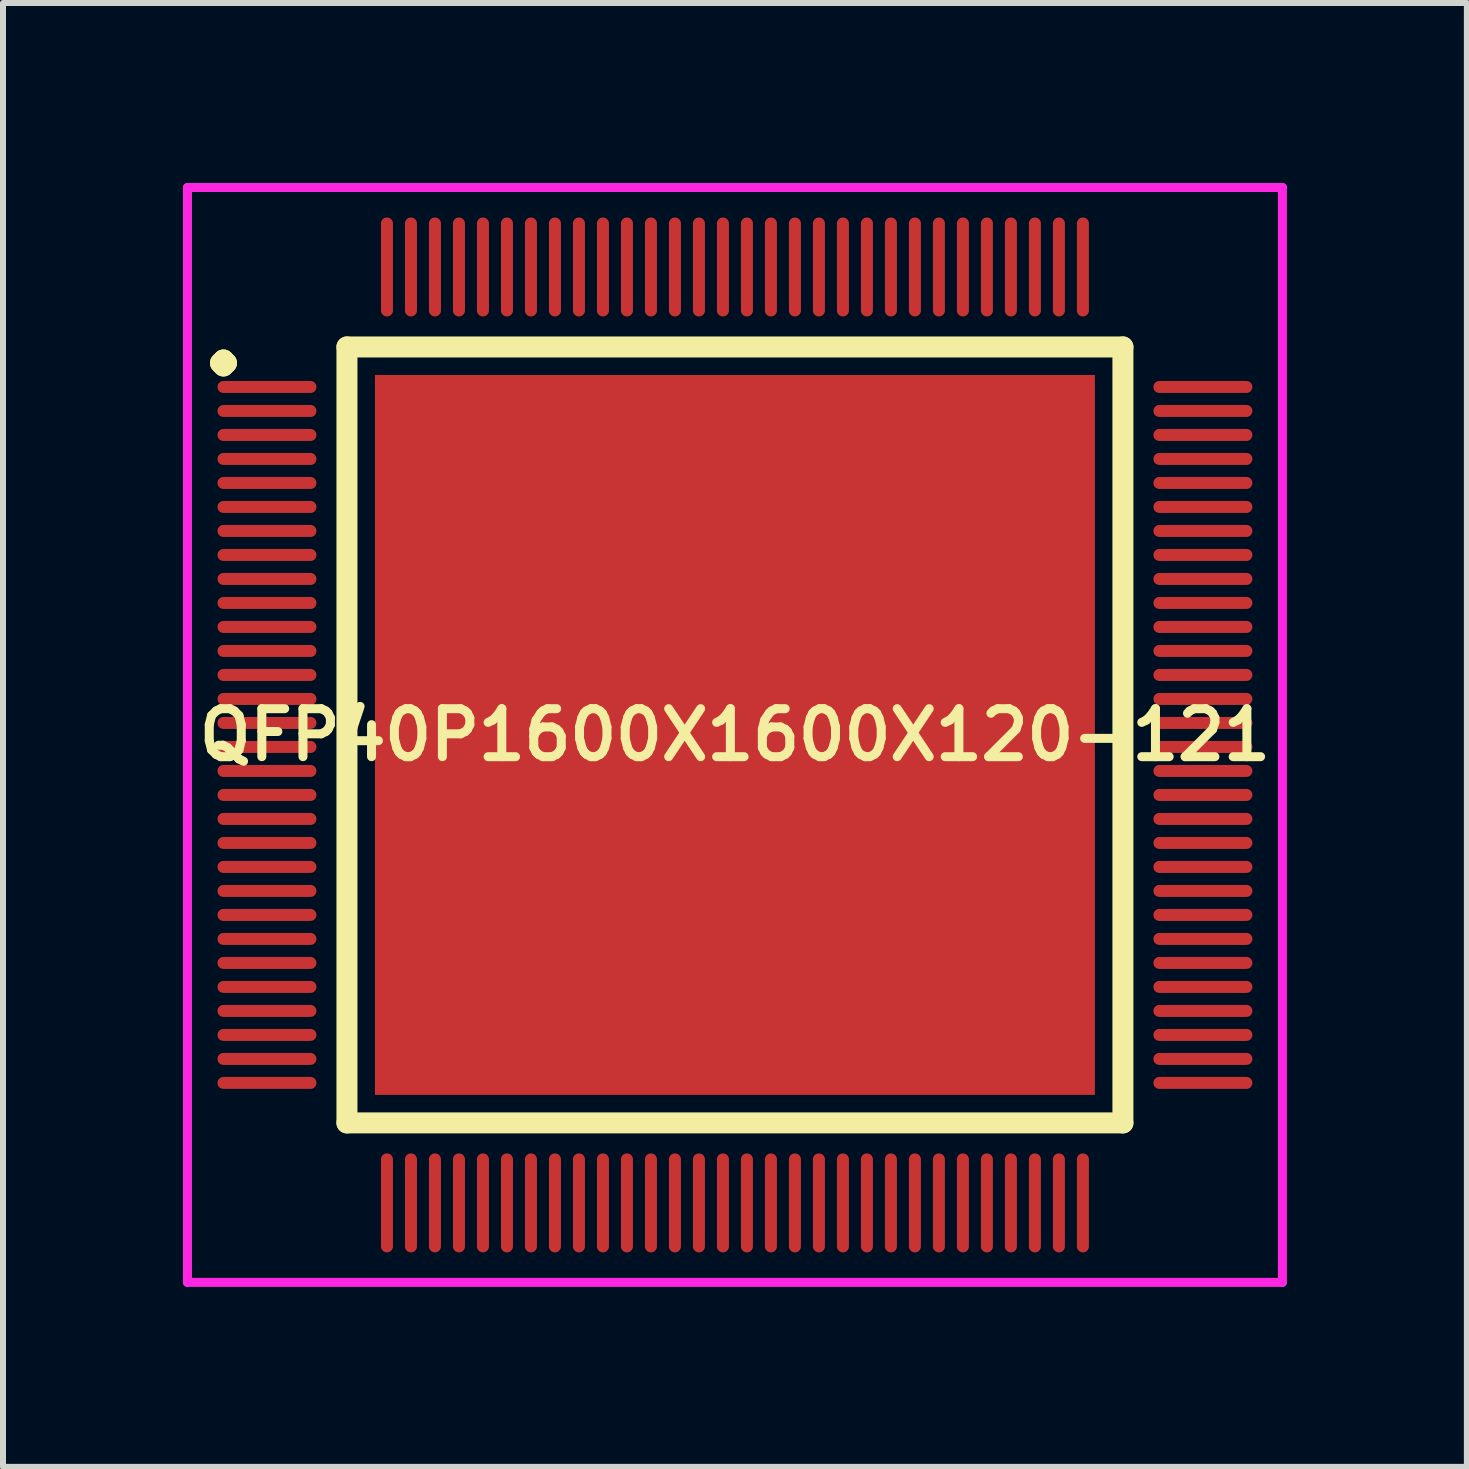
<source format=kicad_pcb>
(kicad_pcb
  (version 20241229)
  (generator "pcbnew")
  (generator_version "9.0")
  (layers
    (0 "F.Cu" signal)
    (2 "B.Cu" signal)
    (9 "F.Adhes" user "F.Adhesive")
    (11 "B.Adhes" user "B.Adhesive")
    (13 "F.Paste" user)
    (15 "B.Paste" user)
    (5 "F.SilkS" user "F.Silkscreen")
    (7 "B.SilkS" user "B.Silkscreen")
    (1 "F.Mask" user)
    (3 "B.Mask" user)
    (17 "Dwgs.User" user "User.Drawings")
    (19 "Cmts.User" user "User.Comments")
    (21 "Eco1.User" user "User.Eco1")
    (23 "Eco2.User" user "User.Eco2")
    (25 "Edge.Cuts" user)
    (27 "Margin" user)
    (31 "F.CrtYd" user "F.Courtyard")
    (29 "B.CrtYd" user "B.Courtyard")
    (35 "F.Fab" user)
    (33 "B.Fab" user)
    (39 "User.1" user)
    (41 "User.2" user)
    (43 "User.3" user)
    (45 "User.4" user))
  (footprint "QFP40P1600X1600X120-121"
    (layer "F.Cu")
    (at 9.2 9.2)
    (property "Reference" "QFP40P1600X1600X120-121" (at 0 0 0) (layer "F.SilkS") (effects (font (size 0.8 0.8) (thickness 0.15))))
    (attr smd)
    (fp_line (start -8.575 -6.2) (end -8.525 -6.25) (stroke (width 0.35) (type solid)) (layer "F.SilkS"))
    (fp_line (start -8.525 -6.25) (end -8.475 -6.2) (stroke (width 0.35) (type solid)) (layer "F.SilkS"))
    (fp_line (start -8.525 -6.15) (end -8.575 -6.2) (stroke (width 0.35) (type solid)) (layer "F.SilkS"))
    (fp_line (start -8.475 -6.2) (end -8.525 -6.15) (stroke (width 0.35) (type solid)) (layer "F.SilkS"))
    (fp_line (start -6.467 -6.467) (end -6.467 6.467) (stroke (width 0.35) (type solid)) (layer "F.SilkS"))
    (fp_line (start -6.467 6.467) (end 6.467 6.467) (stroke (width 0.35) (type solid)) (layer "F.SilkS"))
    (fp_line (start 6.467 -6.467) (end -6.467 -6.467) (stroke (width 0.35) (type solid)) (layer "F.SilkS"))
    (fp_line (start 6.467 6.467) (end 6.467 -6.467) (stroke (width 0.35) (type solid)) (layer "F.SilkS"))
    (fp_line (start -9.125 -9.125) (end 9.125 -9.125) (stroke (width 0.15) (type solid)) (layer "F.CrtYd"))
    (fp_line (start -9.125 9.125) (end -9.125 -9.125) (stroke (width 0.15) (type solid)) (layer "F.CrtYd"))
    (fp_line (start 9.125 -9.125) (end 9.125 9.125) (stroke (width 0.15) (type solid)) (layer "F.CrtYd"))
    (fp_line (start 9.125 9.125) (end -9.125 9.125) (stroke (width 0.15) (type solid)) (layer "F.CrtYd"))
    (pad "1" smd oval (at -7.8 -5.8) (size 1.65 0.2) (layers "F.Cu" "F.Mask" "F.Paste"))
    (pad "2" smd oval (at -7.8 -5.4) (size 1.65 0.2) (layers "F.Cu" "F.Mask" "F.Paste"))
    (pad "3" smd oval (at -7.8 -5) (size 1.65 0.2) (layers "F.Cu" "F.Mask" "F.Paste"))
    (pad "4" smd oval (at -7.8 -4.6) (size 1.65 0.2) (layers "F.Cu" "F.Mask" "F.Paste"))
    (pad "5" smd oval (at -7.8 -4.2) (size 1.65 0.2) (layers "F.Cu" "F.Mask" "F.Paste"))
    (pad "6" smd oval (at -7.8 -3.8) (size 1.65 0.2) (layers "F.Cu" "F.Mask" "F.Paste"))
    (pad "7" smd oval (at -7.8 -3.4) (size 1.65 0.2) (layers "F.Cu" "F.Mask" "F.Paste"))
    (pad "8" smd oval (at -7.8 -3) (size 1.65 0.2) (layers "F.Cu" "F.Mask" "F.Paste"))
    (pad "9" smd oval (at -7.8 -2.6) (size 1.65 0.2) (layers "F.Cu" "F.Mask" "F.Paste"))
    (pad "10" smd oval (at -7.8 -2.2) (size 1.65 0.2) (layers "F.Cu" "F.Mask" "F.Paste"))
    (pad "11" smd oval (at -7.8 -1.8) (size 1.65 0.2) (layers "F.Cu" "F.Mask" "F.Paste"))
    (pad "12" smd oval (at -7.8 -1.4) (size 1.65 0.2) (layers "F.Cu" "F.Mask" "F.Paste"))
    (pad "13" smd oval (at -7.8 -1) (size 1.65 0.2) (layers "F.Cu" "F.Mask" "F.Paste"))
    (pad "14" smd oval (at -7.8 -0.6) (size 1.65 0.2) (layers "F.Cu" "F.Mask" "F.Paste"))
    (pad "15" smd oval (at -7.8 -0.2) (size 1.65 0.2) (layers "F.Cu" "F.Mask" "F.Paste"))
    (pad "16" smd oval (at -7.8 0.2) (size 1.65 0.2) (layers "F.Cu" "F.Mask" "F.Paste"))
    (pad "17" smd oval (at -7.8 0.6) (size 1.65 0.2) (layers "F.Cu" "F.Mask" "F.Paste"))
    (pad "18" smd oval (at -7.8 1) (size 1.65 0.2) (layers "F.Cu" "F.Mask" "F.Paste"))
    (pad "19" smd oval (at -7.8 1.4) (size 1.65 0.2) (layers "F.Cu" "F.Mask" "F.Paste"))
    (pad "20" smd oval (at -7.8 1.8) (size 1.65 0.2) (layers "F.Cu" "F.Mask" "F.Paste"))
    (pad "21" smd oval (at -7.8 2.2) (size 1.65 0.2) (layers "F.Cu" "F.Mask" "F.Paste"))
    (pad "22" smd oval (at -7.8 2.6) (size 1.65 0.2) (layers "F.Cu" "F.Mask" "F.Paste"))
    (pad "23" smd oval (at -7.8 3) (size 1.65 0.2) (layers "F.Cu" "F.Mask" "F.Paste"))
    (pad "24" smd oval (at -7.8 3.4) (size 1.65 0.2) (layers "F.Cu" "F.Mask" "F.Paste"))
    (pad "25" smd oval (at -7.8 3.8) (size 1.65 0.2) (layers "F.Cu" "F.Mask" "F.Paste"))
    (pad "26" smd oval (at -7.8 4.2) (size 1.65 0.2) (layers "F.Cu" "F.Mask" "F.Paste"))
    (pad "27" smd oval (at -7.8 4.6) (size 1.65 0.2) (layers "F.Cu" "F.Mask" "F.Paste"))
    (pad "28" smd oval (at -7.8 5) (size 1.65 0.2) (layers "F.Cu" "F.Mask" "F.Paste"))
    (pad "29" smd oval (at -7.8 5.4) (size 1.65 0.2) (layers "F.Cu" "F.Mask" "F.Paste"))
    (pad "30" smd oval (at -7.8 5.8) (size 1.65 0.2) (layers "F.Cu" "F.Mask" "F.Paste"))
    (pad "31" smd oval (at -5.8 7.8) (size 0.2 1.65) (layers "F.Cu" "F.Mask" "F.Paste"))
    (pad "32" smd oval (at -5.4 7.8) (size 0.2 1.65) (layers "F.Cu" "F.Mask" "F.Paste"))
    (pad "33" smd oval (at -5 7.8) (size 0.2 1.65) (layers "F.Cu" "F.Mask" "F.Paste"))
    (pad "34" smd oval (at -4.6 7.8) (size 0.2 1.65) (layers "F.Cu" "F.Mask" "F.Paste"))
    (pad "35" smd oval (at -4.2 7.8) (size 0.2 1.65) (layers "F.Cu" "F.Mask" "F.Paste"))
    (pad "36" smd oval (at -3.8 7.8) (size 0.2 1.65) (layers "F.Cu" "F.Mask" "F.Paste"))
    (pad "37" smd oval (at -3.4 7.8) (size 0.2 1.65) (layers "F.Cu" "F.Mask" "F.Paste"))
    (pad "38" smd oval (at -3 7.8) (size 0.2 1.65) (layers "F.Cu" "F.Mask" "F.Paste"))
    (pad "39" smd oval (at -2.6 7.8) (size 0.2 1.65) (layers "F.Cu" "F.Mask" "F.Paste"))
    (pad "40" smd oval (at -2.2 7.8) (size 0.2 1.65) (layers "F.Cu" "F.Mask" "F.Paste"))
    (pad "41" smd oval (at -1.8 7.8) (size 0.2 1.65) (layers "F.Cu" "F.Mask" "F.Paste"))
    (pad "42" smd oval (at -1.4 7.8) (size 0.2 1.65) (layers "F.Cu" "F.Mask" "F.Paste"))
    (pad "43" smd oval (at -1 7.8) (size 0.2 1.65) (layers "F.Cu" "F.Mask" "F.Paste"))
    (pad "44" smd oval (at -0.6 7.8) (size 0.2 1.65) (layers "F.Cu" "F.Mask" "F.Paste"))
    (pad "45" smd oval (at -0.2 7.8) (size 0.2 1.65) (layers "F.Cu" "F.Mask" "F.Paste"))
    (pad "46" smd oval (at 0.2 7.8) (size 0.2 1.65) (layers "F.Cu" "F.Mask" "F.Paste"))
    (pad "47" smd oval (at 0.6 7.8) (size 0.2 1.65) (layers "F.Cu" "F.Mask" "F.Paste"))
    (pad "48" smd oval (at 1 7.8) (size 0.2 1.65) (layers "F.Cu" "F.Mask" "F.Paste"))
    (pad "49" smd oval (at 1.4 7.8) (size 0.2 1.65) (layers "F.Cu" "F.Mask" "F.Paste"))
    (pad "50" smd oval (at 1.8 7.8) (size 0.2 1.65) (layers "F.Cu" "F.Mask" "F.Paste"))
    (pad "51" smd oval (at 2.2 7.8) (size 0.2 1.65) (layers "F.Cu" "F.Mask" "F.Paste"))
    (pad "52" smd oval (at 2.6 7.8) (size 0.2 1.65) (layers "F.Cu" "F.Mask" "F.Paste"))
    (pad "53" smd oval (at 3 7.8) (size 0.2 1.65) (layers "F.Cu" "F.Mask" "F.Paste"))
    (pad "54" smd oval (at 3.4 7.8) (size 0.2 1.65) (layers "F.Cu" "F.Mask" "F.Paste"))
    (pad "55" smd oval (at 3.8 7.8) (size 0.2 1.65) (layers "F.Cu" "F.Mask" "F.Paste"))
    (pad "56" smd oval (at 4.2 7.8) (size 0.2 1.65) (layers "F.Cu" "F.Mask" "F.Paste"))
    (pad "57" smd oval (at 4.6 7.8) (size 0.2 1.65) (layers "F.Cu" "F.Mask" "F.Paste"))
    (pad "58" smd oval (at 5 7.8) (size 0.2 1.65) (layers "F.Cu" "F.Mask" "F.Paste"))
    (pad "59" smd oval (at 5.4 7.8) (size 0.2 1.65) (layers "F.Cu" "F.Mask" "F.Paste"))
    (pad "60" smd oval (at 5.8 7.8) (size 0.2 1.65) (layers "F.Cu" "F.Mask" "F.Paste"))
    (pad "61" smd oval (at 7.8 5.8) (size 1.65 0.2) (layers "F.Cu" "F.Mask" "F.Paste"))
    (pad "62" smd oval (at 7.8 5.4) (size 1.65 0.2) (layers "F.Cu" "F.Mask" "F.Paste"))
    (pad "63" smd oval (at 7.8 5) (size 1.65 0.2) (layers "F.Cu" "F.Mask" "F.Paste"))
    (pad "64" smd oval (at 7.8 4.6) (size 1.65 0.2) (layers "F.Cu" "F.Mask" "F.Paste"))
    (pad "65" smd oval (at 7.8 4.2) (size 1.65 0.2) (layers "F.Cu" "F.Mask" "F.Paste"))
    (pad "66" smd oval (at 7.8 3.8) (size 1.65 0.2) (layers "F.Cu" "F.Mask" "F.Paste"))
    (pad "67" smd oval (at 7.8 3.4) (size 1.65 0.2) (layers "F.Cu" "F.Mask" "F.Paste"))
    (pad "68" smd oval (at 7.8 3) (size 1.65 0.2) (layers "F.Cu" "F.Mask" "F.Paste"))
    (pad "69" smd oval (at 7.8 2.6) (size 1.65 0.2) (layers "F.Cu" "F.Mask" "F.Paste"))
    (pad "70" smd oval (at 7.8 2.2) (size 1.65 0.2) (layers "F.Cu" "F.Mask" "F.Paste"))
    (pad "71" smd oval (at 7.8 1.8) (size 1.65 0.2) (layers "F.Cu" "F.Mask" "F.Paste"))
    (pad "72" smd oval (at 7.8 1.4) (size 1.65 0.2) (layers "F.Cu" "F.Mask" "F.Paste"))
    (pad "73" smd oval (at 7.8 1) (size 1.65 0.2) (layers "F.Cu" "F.Mask" "F.Paste"))
    (pad "74" smd oval (at 7.8 0.6) (size 1.65 0.2) (layers "F.Cu" "F.Mask" "F.Paste"))
    (pad "75" smd oval (at 7.8 0.2) (size 1.65 0.2) (layers "F.Cu" "F.Mask" "F.Paste"))
    (pad "76" smd oval (at 7.8 -0.2) (size 1.65 0.2) (layers "F.Cu" "F.Mask" "F.Paste"))
    (pad "77" smd oval (at 7.8 -0.6) (size 1.65 0.2) (layers "F.Cu" "F.Mask" "F.Paste"))
    (pad "78" smd oval (at 7.8 -1) (size 1.65 0.2) (layers "F.Cu" "F.Mask" "F.Paste"))
    (pad "79" smd oval (at 7.8 -1.4) (size 1.65 0.2) (layers "F.Cu" "F.Mask" "F.Paste"))
    (pad "80" smd oval (at 7.8 -1.8) (size 1.65 0.2) (layers "F.Cu" "F.Mask" "F.Paste"))
    (pad "81" smd oval (at 7.8 -2.2) (size 1.65 0.2) (layers "F.Cu" "F.Mask" "F.Paste"))
    (pad "82" smd oval (at 7.8 -2.6) (size 1.65 0.2) (layers "F.Cu" "F.Mask" "F.Paste"))
    (pad "83" smd oval (at 7.8 -3) (size 1.65 0.2) (layers "F.Cu" "F.Mask" "F.Paste"))
    (pad "84" smd oval (at 7.8 -3.4) (size 1.65 0.2) (layers "F.Cu" "F.Mask" "F.Paste"))
    (pad "85" smd oval (at 7.8 -3.8) (size 1.65 0.2) (layers "F.Cu" "F.Mask" "F.Paste"))
    (pad "86" smd oval (at 7.8 -4.2) (size 1.65 0.2) (layers "F.Cu" "F.Mask" "F.Paste"))
    (pad "87" smd oval (at 7.8 -4.6) (size 1.65 0.2) (layers "F.Cu" "F.Mask" "F.Paste"))
    (pad "88" smd oval (at 7.8 -5) (size 1.65 0.2) (layers "F.Cu" "F.Mask" "F.Paste"))
    (pad "89" smd oval (at 7.8 -5.4) (size 1.65 0.2) (layers "F.Cu" "F.Mask" "F.Paste"))
    (pad "90" smd oval (at 7.8 -5.8) (size 1.65 0.2) (layers "F.Cu" "F.Mask" "F.Paste"))
    (pad "91" smd oval (at 5.8 -7.8) (size 0.2 1.65) (layers "F.Cu" "F.Mask" "F.Paste"))
    (pad "92" smd oval (at 5.4 -7.8) (size 0.2 1.65) (layers "F.Cu" "F.Mask" "F.Paste"))
    (pad "93" smd oval (at 5 -7.8) (size 0.2 1.65) (layers "F.Cu" "F.Mask" "F.Paste"))
    (pad "94" smd oval (at 4.6 -7.8) (size 0.2 1.65) (layers "F.Cu" "F.Mask" "F.Paste"))
    (pad "95" smd oval (at 4.2 -7.8) (size 0.2 1.65) (layers "F.Cu" "F.Mask" "F.Paste"))
    (pad "96" smd oval (at 3.8 -7.8) (size 0.2 1.65) (layers "F.Cu" "F.Mask" "F.Paste"))
    (pad "97" smd oval (at 3.4 -7.8) (size 0.2 1.65) (layers "F.Cu" "F.Mask" "F.Paste"))
    (pad "98" smd oval (at 3 -7.8) (size 0.2 1.65) (layers "F.Cu" "F.Mask" "F.Paste"))
    (pad "99" smd oval (at 2.6 -7.8) (size 0.2 1.65) (layers "F.Cu" "F.Mask" "F.Paste"))
    (pad "100" smd oval (at 2.2 -7.8) (size 0.2 1.65) (layers "F.Cu" "F.Mask" "F.Paste"))
    (pad "101" smd oval (at 1.8 -7.8) (size 0.2 1.65) (layers "F.Cu" "F.Mask" "F.Paste"))
    (pad "102" smd oval (at 1.4 -7.8) (size 0.2 1.65) (layers "F.Cu" "F.Mask" "F.Paste"))
    (pad "103" smd oval (at 1 -7.8) (size 0.2 1.65) (layers "F.Cu" "F.Mask" "F.Paste"))
    (pad "104" smd oval (at 0.6 -7.8) (size 0.2 1.65) (layers "F.Cu" "F.Mask" "F.Paste"))
    (pad "105" smd oval (at 0.2 -7.8) (size 0.2 1.65) (layers "F.Cu" "F.Mask" "F.Paste"))
    (pad "106" smd oval (at -0.2 -7.8) (size 0.2 1.65) (layers "F.Cu" "F.Mask" "F.Paste"))
    (pad "107" smd oval (at -0.6 -7.8) (size 0.2 1.65) (layers "F.Cu" "F.Mask" "F.Paste"))
    (pad "108" smd oval (at -1 -7.8) (size 0.2 1.65) (layers "F.Cu" "F.Mask" "F.Paste"))
    (pad "109" smd oval (at -1.4 -7.8) (size 0.2 1.65) (layers "F.Cu" "F.Mask" "F.Paste"))
    (pad "110" smd oval (at -1.8 -7.8) (size 0.2 1.65) (layers "F.Cu" "F.Mask" "F.Paste"))
    (pad "111" smd oval (at -2.2 -7.8) (size 0.2 1.65) (layers "F.Cu" "F.Mask" "F.Paste"))
    (pad "112" smd oval (at -2.6 -7.8) (size 0.2 1.65) (layers "F.Cu" "F.Mask" "F.Paste"))
    (pad "113" smd oval (at -3 -7.8) (size 0.2 1.65) (layers "F.Cu" "F.Mask" "F.Paste"))
    (pad "114" smd oval (at -3.4 -7.8) (size 0.2 1.65) (layers "F.Cu" "F.Mask" "F.Paste"))
    (pad "115" smd oval (at -3.8 -7.8) (size 0.2 1.65) (layers "F.Cu" "F.Mask" "F.Paste"))
    (pad "116" smd oval (at -4.2 -7.8) (size 0.2 1.65) (layers "F.Cu" "F.Mask" "F.Paste"))
    (pad "117" smd oval (at -4.6 -7.8) (size 0.2 1.65) (layers "F.Cu" "F.Mask" "F.Paste"))
    (pad "118" smd oval (at -5 -7.8) (size 0.2 1.65) (layers "F.Cu" "F.Mask" "F.Paste"))
    (pad "119" smd oval (at -5.4 -7.8) (size 0.2 1.65) (layers "F.Cu" "F.Mask" "F.Paste"))
    (pad "120" smd oval (at -5.8 -7.8) (size 0.2 1.65) (layers "F.Cu" "F.Mask" "F.Paste"))
    (pad "121" smd rect (at 0 0) (size 12 12) (layers "F.Cu" "F.Mask" "F.Paste")))
  (gr_rect
    (start -3 -3)
    (end 21.4 21.4)
    (stroke (width 0.1) (type default))
    (fill no)
    (layer "Edge.Cuts")))
</source>
